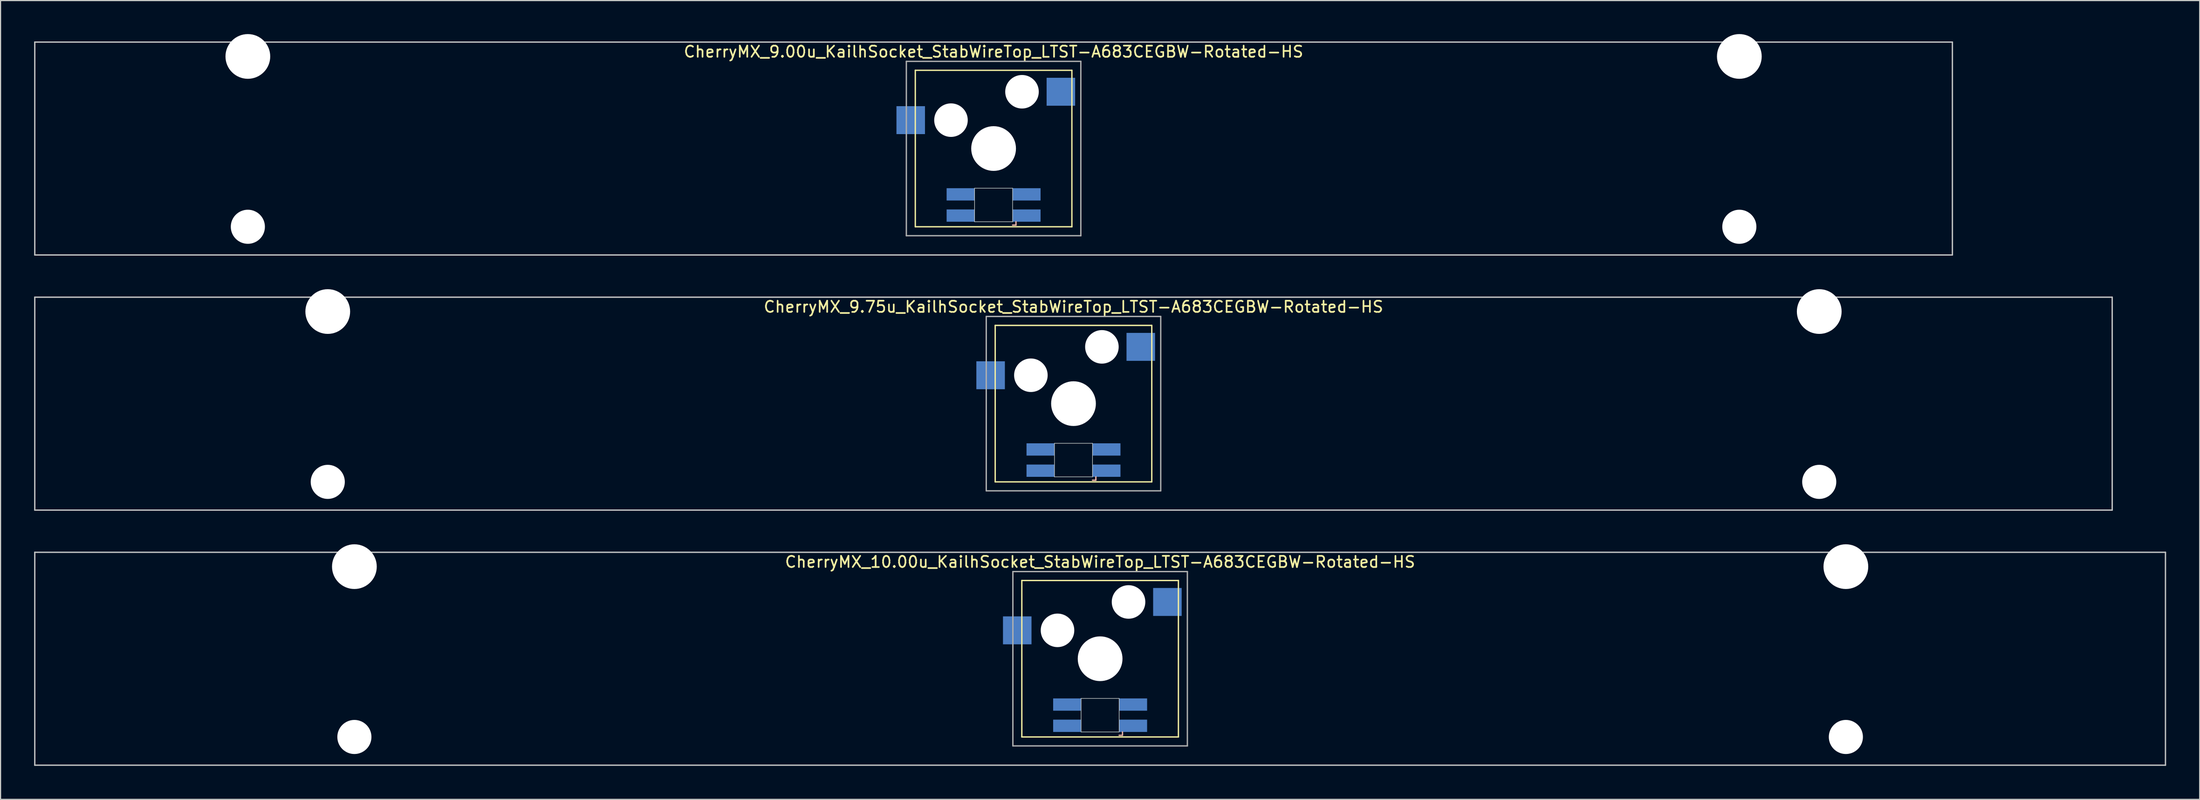
<source format=kicad_pcb>
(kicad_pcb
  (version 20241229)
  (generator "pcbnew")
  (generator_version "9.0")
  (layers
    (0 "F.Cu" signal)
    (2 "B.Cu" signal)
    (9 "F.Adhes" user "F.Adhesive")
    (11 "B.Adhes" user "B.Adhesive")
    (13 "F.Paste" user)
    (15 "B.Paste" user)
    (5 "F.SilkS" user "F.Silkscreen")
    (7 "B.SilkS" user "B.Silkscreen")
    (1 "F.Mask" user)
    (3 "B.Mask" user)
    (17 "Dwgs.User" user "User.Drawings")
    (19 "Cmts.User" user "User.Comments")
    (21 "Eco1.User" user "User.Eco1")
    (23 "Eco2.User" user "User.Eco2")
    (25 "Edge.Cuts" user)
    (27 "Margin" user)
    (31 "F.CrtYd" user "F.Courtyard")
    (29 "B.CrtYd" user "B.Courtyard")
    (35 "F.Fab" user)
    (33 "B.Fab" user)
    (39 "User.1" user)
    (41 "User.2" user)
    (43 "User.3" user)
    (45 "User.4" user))
  (footprint "CherryMX_9.75u_KailhSocket_StabWireTop_LTST-A683CEGBW-Rotated-HS"
    (layer "F.Cu")
    (at 92.929 33.065)
    (property "Reference" "CherryMX_9.75u_KailhSocket_StabWireTop_LTST-A683CEGBW-Rotated-HS" (at 0 -8.662 0) (layer "F.SilkS") (effects (font (size 1 1) (thickness 0.15))))
    (attr through_hole)
    (fp_line (start -7 -7) (end -7 7) (stroke (width 0.12) (type solid)) (layer "F.SilkS"))
    (fp_line (start -7 -7) (end 7 -7) (stroke (width 0.12) (type solid)) (layer "F.SilkS"))
    (fp_line (start 7 -7) (end 7 7) (stroke (width 0.12) (type solid)) (layer "F.SilkS"))
    (fp_line (start 7 7) (end -7 7) (stroke (width 0.12) (type solid)) (layer "F.SilkS"))
    (fp_line (start 1.7 6.85) (end 2 6.85) (stroke (width 0.12) (type solid)) (layer "B.SilkS"))
    (fp_line (start 2 6.85) (end 2 6.55) (stroke (width 0.12) (type solid)) (layer "B.SilkS"))
    (fp_line (start -92.869 -9.525) (end 92.869 -9.525) (stroke (width 0.12) (type solid)) (layer "Dwgs.User"))
    (fp_line (start -92.869 9.525) (end -92.869 -9.525) (stroke (width 0.12) (type solid)) (layer "Dwgs.User"))
    (fp_line (start 92.869 -9.525) (end 92.869 9.525) (stroke (width 0.12) (type solid)) (layer "Dwgs.User"))
    (fp_line (start 92.869 9.525) (end -92.869 9.525) (stroke (width 0.12) (type solid)) (layer "Dwgs.User"))
    (fp_line (start -1.7 3.55) (end 1.7 3.55) (stroke (width 0.05) (type solid)) (layer "Edge.Cuts"))
    (fp_line (start -1.7 6.55) (end -1.7 3.55) (stroke (width 0.05) (type solid)) (layer "Edge.Cuts"))
    (fp_line (start 1.7 3.55) (end 1.7 6.55) (stroke (width 0.05) (type solid)) (layer "Edge.Cuts"))
    (fp_line (start 1.7 6.55) (end -1.7 6.55) (stroke (width 0.05) (type solid)) (layer "Edge.Cuts"))
    (fp_line (start -7.8 -7.8) (end -7.8 7.8) (stroke (width 0.12) (type solid)) (layer "F.Fab"))
    (fp_line (start -7.8 -7.8) (end 7.8 -7.8) (stroke (width 0.12) (type solid)) (layer "F.Fab"))
    (fp_line (start -7.8 7.8) (end 7.8 7.8) (stroke (width 0.12) (type solid)) (layer "F.Fab"))
    (fp_line (start 7.8 -7.8) (end 7.8 7.8) (stroke (width 0.12) (type solid)) (layer "F.Fab"))
    (pad "" np_thru_hole circle (at -66.675 -8.24) (size 4 4) (drill 4) (layers "*.Cu" "*.Mask"))
    (pad "" np_thru_hole circle (at -66.675 7) (size 3.05 3.05) (drill 3.05) (layers "*.Cu" "*.Mask"))
    (pad "" np_thru_hole circle (at -3.81 -2.54) (size 3 3) (drill 3) (layers "*.Cu" "*.Mask"))
    (pad "" np_thru_hole circle (at 0 0) (size 4 4) (drill 4) (layers "*.Cu" "*.Mask"))
    (pad "" np_thru_hole circle (at 2.54 -5.08) (size 3 3) (drill 3) (layers "*.Cu" "*.Mask"))
    (pad "" np_thru_hole circle (at 66.675 -8.24) (size 4 4) (drill 4) (layers "*.Cu" "*.Mask"))
    (pad "" np_thru_hole circle (at 66.675 7) (size 3.05 3.05) (drill 3.05) (layers "*.Cu" "*.Mask"))
    (pad "1" smd rect (at -7.41 -2.54) (size 2.55 2.5) (layers "B.Cu" "B.Mask" "B.Paste"))
    (pad "2" smd rect (at 6.015 -5.08) (size 2.55 2.5) (layers "B.Cu" "B.Mask" "B.Paste"))
    (pad "3" smd rect (at 2.95 6) (size 2.5 1.1) (layers "B.Cu" "B.Mask" "B.Paste"))
    (pad "4" smd rect (at 2.95 4.1) (size 2.5 1.1) (layers "B.Cu" "B.Mask" "B.Paste"))
    (pad "5" smd rect (at -2.95 6) (size 2.5 1.1) (layers "B.Cu" "B.Mask" "B.Paste"))
    (pad "6" smd rect (at -2.95 4.1) (size 2.5 1.1) (layers "B.Cu" "B.Mask" "B.Paste")))
  (footprint "CherryMX_9.00u_KailhSocket_StabWireTop_LTST-A683CEGBW-Rotated-HS"
    (layer "F.Cu")
    (at 85.785 10.24)
    (property "Reference" "CherryMX_9.00u_KailhSocket_StabWireTop_LTST-A683CEGBW-Rotated-HS" (at 0 -8.662 0) (layer "F.SilkS") (effects (font (size 1 1) (thickness 0.15))))
    (attr through_hole)
    (fp_line (start -7 -7) (end -7 7) (stroke (width 0.12) (type solid)) (layer "F.SilkS"))
    (fp_line (start -7 -7) (end 7 -7) (stroke (width 0.12) (type solid)) (layer "F.SilkS"))
    (fp_line (start 7 -7) (end 7 7) (stroke (width 0.12) (type solid)) (layer "F.SilkS"))
    (fp_line (start 7 7) (end -7 7) (stroke (width 0.12) (type solid)) (layer "F.SilkS"))
    (fp_line (start 1.7 6.85) (end 2 6.85) (stroke (width 0.12) (type solid)) (layer "B.SilkS"))
    (fp_line (start 2 6.85) (end 2 6.55) (stroke (width 0.12) (type solid)) (layer "B.SilkS"))
    (fp_line (start -85.725 -9.525) (end 85.725 -9.525) (stroke (width 0.12) (type solid)) (layer "Dwgs.User"))
    (fp_line (start -85.725 9.525) (end -85.725 -9.525) (stroke (width 0.12) (type solid)) (layer "Dwgs.User"))
    (fp_line (start 85.725 -9.525) (end 85.725 9.525) (stroke (width 0.12) (type solid)) (layer "Dwgs.User"))
    (fp_line (start 85.725 9.525) (end -85.725 9.525) (stroke (width 0.12) (type solid)) (layer "Dwgs.User"))
    (fp_line (start -1.7 3.55) (end 1.7 3.55) (stroke (width 0.05) (type solid)) (layer "Edge.Cuts"))
    (fp_line (start -1.7 6.55) (end -1.7 3.55) (stroke (width 0.05) (type solid)) (layer "Edge.Cuts"))
    (fp_line (start 1.7 3.55) (end 1.7 6.55) (stroke (width 0.05) (type solid)) (layer "Edge.Cuts"))
    (fp_line (start 1.7 6.55) (end -1.7 6.55) (stroke (width 0.05) (type solid)) (layer "Edge.Cuts"))
    (fp_line (start -7.8 -7.8) (end -7.8 7.8) (stroke (width 0.12) (type solid)) (layer "F.Fab"))
    (fp_line (start -7.8 -7.8) (end 7.8 -7.8) (stroke (width 0.12) (type solid)) (layer "F.Fab"))
    (fp_line (start -7.8 7.8) (end 7.8 7.8) (stroke (width 0.12) (type solid)) (layer "F.Fab"))
    (fp_line (start 7.8 -7.8) (end 7.8 7.8) (stroke (width 0.12) (type solid)) (layer "F.Fab"))
    (pad "" np_thru_hole circle (at -66.675 -8.24) (size 4 4) (drill 4) (layers "*.Cu" "*.Mask"))
    (pad "" np_thru_hole circle (at -66.675 7) (size 3.05 3.05) (drill 3.05) (layers "*.Cu" "*.Mask"))
    (pad "" np_thru_hole circle (at -3.81 -2.54) (size 3 3) (drill 3) (layers "*.Cu" "*.Mask"))
    (pad "" np_thru_hole circle (at 0 0) (size 4 4) (drill 4) (layers "*.Cu" "*.Mask"))
    (pad "" np_thru_hole circle (at 2.54 -5.08) (size 3 3) (drill 3) (layers "*.Cu" "*.Mask"))
    (pad "" np_thru_hole circle (at 66.675 -8.24) (size 4 4) (drill 4) (layers "*.Cu" "*.Mask"))
    (pad "" np_thru_hole circle (at 66.675 7) (size 3.05 3.05) (drill 3.05) (layers "*.Cu" "*.Mask"))
    (pad "1" smd rect (at -7.41 -2.54) (size 2.55 2.5) (layers "B.Cu" "B.Mask" "B.Paste"))
    (pad "2" smd rect (at 6.015 -5.08) (size 2.55 2.5) (layers "B.Cu" "B.Mask" "B.Paste"))
    (pad "3" smd rect (at 2.95 6) (size 2.5 1.1) (layers "B.Cu" "B.Mask" "B.Paste"))
    (pad "4" smd rect (at 2.95 4.1) (size 2.5 1.1) (layers "B.Cu" "B.Mask" "B.Paste"))
    (pad "5" smd rect (at -2.95 6) (size 2.5 1.1) (layers "B.Cu" "B.Mask" "B.Paste"))
    (pad "6" smd rect (at -2.95 4.1) (size 2.5 1.1) (layers "B.Cu" "B.Mask" "B.Paste")))
  (footprint "CherryMX_10.00u_KailhSocket_StabWireTop_LTST-A683CEGBW-Rotated-HS"
    (layer "F.Cu")
    (at 95.31 55.89)
    (property "Reference" "CherryMX_10.00u_KailhSocket_StabWireTop_LTST-A683CEGBW-Rotated-HS" (at 0 -8.662 0) (layer "F.SilkS") (effects (font (size 1 1) (thickness 0.15))))
    (attr through_hole)
    (fp_line (start -7 -7) (end -7 7) (stroke (width 0.12) (type solid)) (layer "F.SilkS"))
    (fp_line (start -7 -7) (end 7 -7) (stroke (width 0.12) (type solid)) (layer "F.SilkS"))
    (fp_line (start 7 -7) (end 7 7) (stroke (width 0.12) (type solid)) (layer "F.SilkS"))
    (fp_line (start 7 7) (end -7 7) (stroke (width 0.12) (type solid)) (layer "F.SilkS"))
    (fp_line (start 1.7 6.85) (end 2 6.85) (stroke (width 0.12) (type solid)) (layer "B.SilkS"))
    (fp_line (start 2 6.85) (end 2 6.55) (stroke (width 0.12) (type solid)) (layer "B.SilkS"))
    (fp_line (start -95.25 -9.525) (end 95.25 -9.525) (stroke (width 0.12) (type solid)) (layer "Dwgs.User"))
    (fp_line (start -95.25 9.525) (end -95.25 -9.525) (stroke (width 0.12) (type solid)) (layer "Dwgs.User"))
    (fp_line (start 95.25 -9.525) (end 95.25 9.525) (stroke (width 0.12) (type solid)) (layer "Dwgs.User"))
    (fp_line (start 95.25 9.525) (end -95.25 9.525) (stroke (width 0.12) (type solid)) (layer "Dwgs.User"))
    (fp_line (start -1.7 3.55) (end 1.7 3.55) (stroke (width 0.05) (type solid)) (layer "Edge.Cuts"))
    (fp_line (start -1.7 6.55) (end -1.7 3.55) (stroke (width 0.05) (type solid)) (layer "Edge.Cuts"))
    (fp_line (start 1.7 3.55) (end 1.7 6.55) (stroke (width 0.05) (type solid)) (layer "Edge.Cuts"))
    (fp_line (start 1.7 6.55) (end -1.7 6.55) (stroke (width 0.05) (type solid)) (layer "Edge.Cuts"))
    (fp_line (start -7.8 -7.8) (end -7.8 7.8) (stroke (width 0.12) (type solid)) (layer "F.Fab"))
    (fp_line (start -7.8 -7.8) (end 7.8 -7.8) (stroke (width 0.12) (type solid)) (layer "F.Fab"))
    (fp_line (start -7.8 7.8) (end 7.8 7.8) (stroke (width 0.12) (type solid)) (layer "F.Fab"))
    (fp_line (start 7.8 -7.8) (end 7.8 7.8) (stroke (width 0.12) (type solid)) (layer "F.Fab"))
    (pad "" np_thru_hole circle (at -66.675 -8.24) (size 4 4) (drill 4) (layers "*.Cu" "*.Mask"))
    (pad "" np_thru_hole circle (at -66.675 7) (size 3.05 3.05) (drill 3.05) (layers "*.Cu" "*.Mask"))
    (pad "" np_thru_hole circle (at -3.81 -2.54) (size 3 3) (drill 3) (layers "*.Cu" "*.Mask"))
    (pad "" np_thru_hole circle (at 0 0) (size 4 4) (drill 4) (layers "*.Cu" "*.Mask"))
    (pad "" np_thru_hole circle (at 2.54 -5.08) (size 3 3) (drill 3) (layers "*.Cu" "*.Mask"))
    (pad "" np_thru_hole circle (at 66.675 -8.24) (size 4 4) (drill 4) (layers "*.Cu" "*.Mask"))
    (pad "" np_thru_hole circle (at 66.675 7) (size 3.05 3.05) (drill 3.05) (layers "*.Cu" "*.Mask"))
    (pad "1" smd rect (at -7.41 -2.54) (size 2.55 2.5) (layers "B.Cu" "B.Mask" "B.Paste"))
    (pad "2" smd rect (at 6.015 -5.08) (size 2.55 2.5) (layers "B.Cu" "B.Mask" "B.Paste"))
    (pad "3" smd rect (at 2.95 6) (size 2.5 1.1) (layers "B.Cu" "B.Mask" "B.Paste"))
    (pad "4" smd rect (at 2.95 4.1) (size 2.5 1.1) (layers "B.Cu" "B.Mask" "B.Paste"))
    (pad "5" smd rect (at -2.95 6) (size 2.5 1.1) (layers "B.Cu" "B.Mask" "B.Paste"))
    (pad "6" smd rect (at -2.95 4.1) (size 2.5 1.1) (layers "B.Cu" "B.Mask" "B.Paste")))
  (gr_rect
    (start -3 -3)
    (end 193.62 68.475)
    (stroke (width 0.1) (type default))
    (fill no)
    (layer "Edge.Cuts")))
</source>
